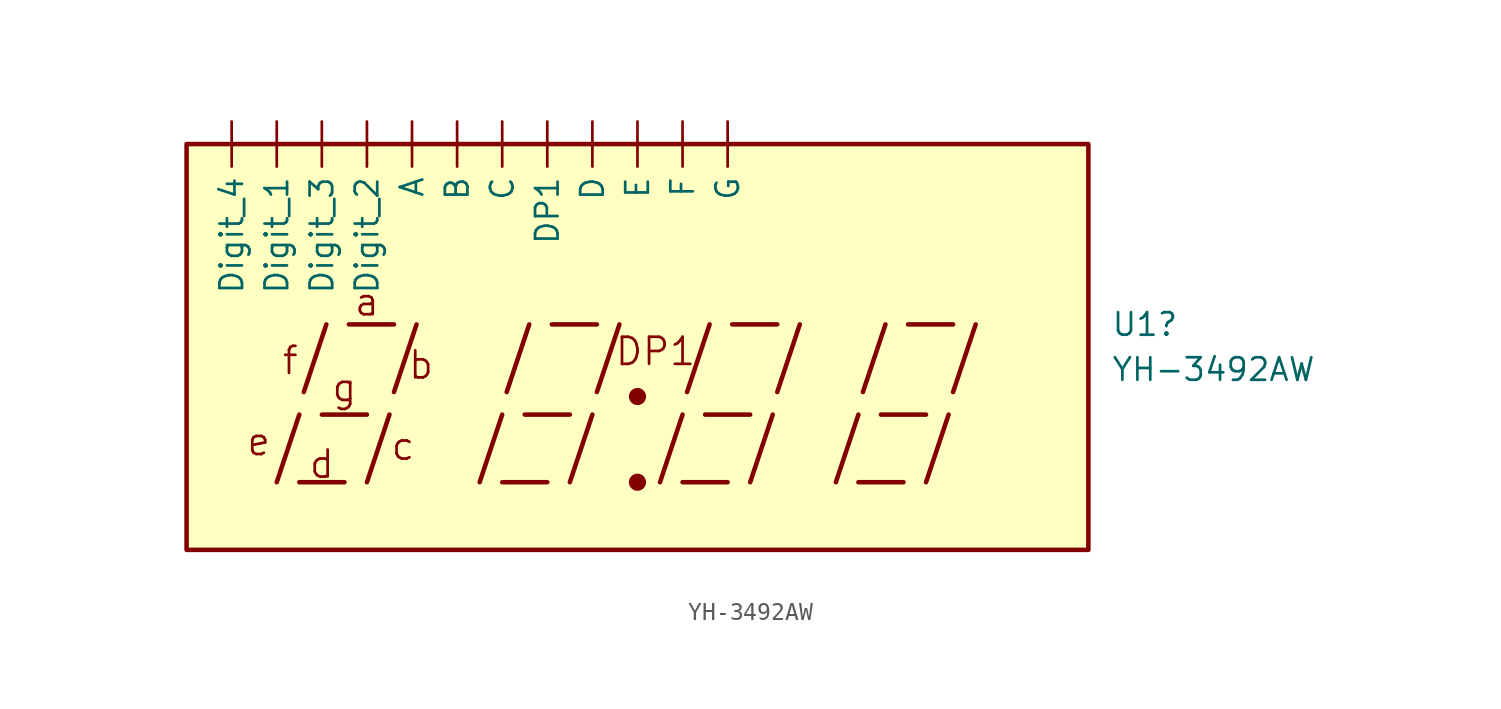
<source format=kicad_sym>
(kicad_symbol_lib
  (version 20241209)
  (generator "kicad_symbol_editor")
  (generator_version "9.0")
  (symbol "YH-3492AW"
    (property "Reference" "U1"
      (at 26.67 5.08 0)
      (effects (font (size 1.27 1.27)) (justify left)))
    (property "Value" "YH-3492AW"
      (at 26.67 2.54 0)
      (effects (font (size 1.27 1.27)) (justify left)))
    (symbol "YH-3492AW_0_0"
      (rectangle (start -25.4 15.24) (end 25.4 -7.62) (stroke (width 0.254) (type default)) (fill (type background)))
      (polyline (pts (xy -20.32 -3.81) (xy -19.05 0)) (stroke (width 0.254) (type default)) (fill (type none)))
      (polyline (pts (xy -19.05 -3.81) (xy -16.51 -3.81)) (stroke (width 0.254) (type default)) (fill (type none)))
      (polyline (pts (xy -18.796 1.27) (xy -17.526 5.08)) (stroke (width 0.254) (type default)) (fill (type none)))
      (polyline (pts (xy -17.78 0) (xy -15.24 0)) (stroke (width 0.254) (type default)) (fill (type none)))
      (polyline (pts (xy -16.256 5.08) (xy -13.716 5.08)) (stroke (width 0.254) (type default)) (fill (type none)))
      (polyline (pts (xy -15.24 -3.81) (xy -13.97 0)) (stroke (width 0.254) (type default)) (fill (type none)))
      (polyline (pts (xy -13.716 1.27) (xy -12.446 5.08)) (stroke (width 0.254) (type default)) (fill (type none)))
      (polyline (pts (xy -8.89 -3.81) (xy -7.62 0)) (stroke (width 0.254) (type default)) (fill (type none)))
      (polyline (pts (xy -7.62 -3.81) (xy -5.08 -3.81)) (stroke (width 0.254) (type default)) (fill (type none)))
      (polyline (pts (xy -7.366 1.27) (xy -6.096 5.08)) (stroke (width 0.254) (type default)) (fill (type none)))
      (polyline (pts (xy -6.35 0) (xy -3.81 0)) (stroke (width 0.254) (type default)) (fill (type none)))
      (polyline (pts (xy -4.826 5.08) (xy -2.286 5.08)) (stroke (width 0.254) (type default)) (fill (type none)))
      (polyline (pts (xy -3.81 -3.81) (xy -2.54 0)) (stroke (width 0.254) (type default)) (fill (type none)))
      (polyline (pts (xy -2.286 1.27) (xy -1.016 5.08)) (stroke (width 0.254) (type default)) (fill (type none)))
      (polyline (pts (xy 1.27 -3.81) (xy 2.54 0)) (stroke (width 0.254) (type default)) (fill (type none)))
      (polyline (pts (xy 2.54 -3.81) (xy 5.08 -3.81)) (stroke (width 0.254) (type default)) (fill (type none)))
      (polyline (pts (xy 2.794 1.27) (xy 4.064 5.08)) (stroke (width 0.254) (type default)) (fill (type none)))
      (polyline (pts (xy 3.81 0) (xy 6.35 0)) (stroke (width 0.254) (type default)) (fill (type none)))
      (polyline (pts (xy 5.334 5.08) (xy 7.874 5.08)) (stroke (width 0.254) (type default)) (fill (type none)))
      (polyline (pts (xy 6.35 -3.81) (xy 7.62 0)) (stroke (width 0.254) (type default)) (fill (type none)))
      (polyline (pts (xy 7.874 1.27) (xy 9.144 5.08)) (stroke (width 0.254) (type default)) (fill (type none)))
      (polyline (pts (xy 11.176 -3.81) (xy 12.446 0)) (stroke (width 0.254) (type default)) (fill (type none)))
      (polyline (pts (xy 12.446 -3.81) (xy 14.986 -3.81)) (stroke (width 0.254) (type default)) (fill (type none)))
      (polyline (pts (xy 12.7 1.27) (xy 13.97 5.08)) (stroke (width 0.254) (type default)) (fill (type none)))
      (polyline (pts (xy 13.716 0) (xy 16.256 0)) (stroke (width 0.254) (type default)) (fill (type none)))
      (polyline (pts (xy 15.24 5.08) (xy 17.78 5.08)) (stroke (width 0.254) (type default)) (fill (type none)))
      (polyline (pts (xy 16.256 -3.81) (xy 17.526 0)) (stroke (width 0.254) (type default)) (fill (type none)))
      (polyline (pts (xy 17.78 1.27) (xy 19.05 5.08)) (stroke (width 0.254) (type default)) (fill (type none)))
      (text "e" (at -21.336 -1.524 0) (effects (font (size 1.524 1.524))))
      (text "f" (at -19.558 3.048 0) (effects (font (size 1.524 1.524))))
      (text "d" (at -17.78 -2.794 0) (effects (font (size 1.524 1.524))))
      (text "g" (at -16.51 1.524 0) (effects (font (size 1.524 1.524))))
      (text "a" (at -15.24 6.35 0) (effects (font (size 1.524 1.524))))
      (text "c" (at -13.208 -1.778 0) (effects (font (size 1.524 1.524))))
      (text "b" (at -12.192 2.794 0) (effects (font (size 1.524 1.524))))
      (text "DP1" (at 1.016 3.556 0) (effects (font (size 1.524 1.524)))))
    (symbol "YH-3492AW_0_1"
      (circle (center 0 -3.81) (radius 0.356) (stroke (width 0.254) (type default)) (fill (type outline))))
    (symbol "YH-3492AW_1_0"
      (circle (center 0 1.016) (radius 0.356) (stroke (width 0.254) (type default)) (fill (type outline))))
    (symbol "YH-3492AW_1_1"
      (pin input line (at -22.86 16.51 270) (length 2.54) (name "Digit_4" (effects (font (size 1.27 1.27)))) (number "" (effects (font (size 1.27 1.27)))))
      (pin input line (at -20.32 16.51 270) (length 2.54) (name "Digit_1" (effects (font (size 1.27 1.27)))) (number "" (effects (font (size 1.27 1.27)))))
      (pin input line (at -17.78 16.51 270) (length 2.54) (name "Digit_3" (effects (font (size 1.27 1.27)))) (number "" (effects (font (size 1.27 1.27)))))
      (pin input line (at -15.24 16.51 270) (length 2.54) (name "Digit_2" (effects (font (size 1.27 1.27)))) (number "" (effects (font (size 1.27 1.27)))))
      (pin input line (at -12.7 16.51 270) (length 2.54) (name "A" (effects (font (size 1.27 1.27)))) (number "" (effects (font (size 1.27 1.27)))))
      (pin input line (at -10.16 16.51 270) (length 2.54) (name "B" (effects (font (size 1.27 1.27)))) (number "" (effects (font (size 1.27 1.27)))))
      (pin input line (at -7.62 16.51 270) (length 2.54) (name "C" (effects (font (size 1.27 1.27)))) (number "" (effects (font (size 1.27 1.27)))))
      (pin input line (at -5.08 16.51 270) (length 2.54) (name "DP1" (effects (font (size 1.27 1.27)))) (number "" (effects (font (size 1.27 1.27)))))
      (pin input line (at -2.54 16.51 270) (length 2.54) (name "D" (effects (font (size 1.27 1.27)))) (number "" (effects (font (size 1.27 1.27)))))
      (pin input line (at 0 16.51 270) (length 2.54) (name "E" (effects (font (size 1.27 1.27)))) (number "" (effects (font (size 1.27 1.27)))))
      (pin input line (at 2.54 16.51 270) (length 2.54) (name "F" (effects (font (size 1.27 1.27)))) (number "" (effects (font (size 1.27 1.27)))))
      (pin input line (at 5.08 16.51 270) (length 2.54) (name "G" (effects (font (size 1.27 1.27)))) (number "" (effects (font (size 1.27 1.27))))))))
</source>
